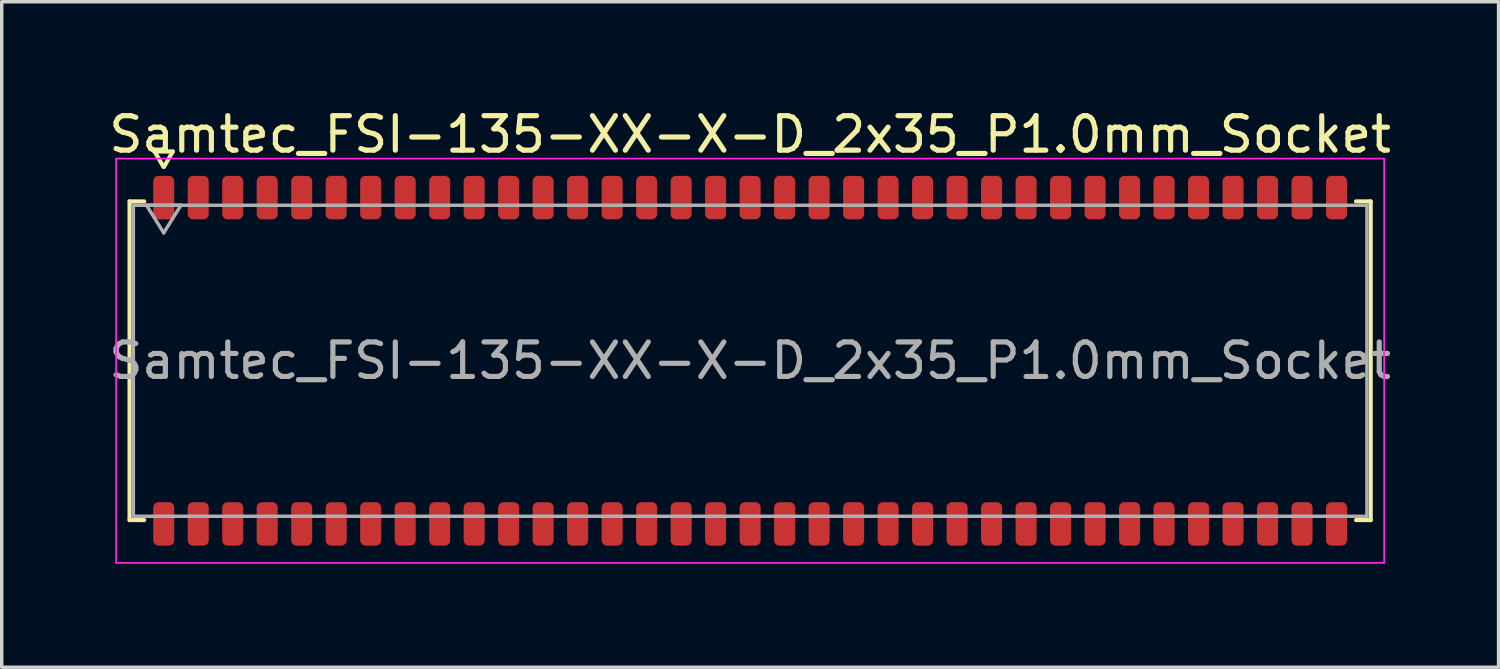
<source format=kicad_pcb>
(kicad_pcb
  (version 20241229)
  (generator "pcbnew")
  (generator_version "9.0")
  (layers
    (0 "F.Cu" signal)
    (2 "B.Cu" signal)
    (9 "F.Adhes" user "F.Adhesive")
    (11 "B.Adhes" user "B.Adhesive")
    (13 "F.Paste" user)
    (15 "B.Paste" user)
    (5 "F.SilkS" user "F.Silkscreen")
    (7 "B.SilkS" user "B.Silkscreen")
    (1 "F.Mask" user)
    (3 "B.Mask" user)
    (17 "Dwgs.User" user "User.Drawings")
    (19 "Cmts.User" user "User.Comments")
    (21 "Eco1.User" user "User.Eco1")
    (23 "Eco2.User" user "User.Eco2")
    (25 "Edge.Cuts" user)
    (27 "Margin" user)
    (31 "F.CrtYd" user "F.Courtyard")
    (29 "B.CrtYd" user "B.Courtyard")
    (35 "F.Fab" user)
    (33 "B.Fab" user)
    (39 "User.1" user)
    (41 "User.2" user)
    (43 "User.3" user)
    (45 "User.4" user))
  (footprint "Samtec_FSI-135-XX-X-D_2x35_P1.0mm_Socket"
    (layer "F.Cu")
    (at 18.696 7.408)
    (property "Reference" "Samtec_FSI-135-XX-X-D_2x35_P1.0mm_Socket" (at 0 -6.56 0) (layer "F.SilkS") (effects (font (size 1 1) (thickness 0.15))))
    (attr smd)
    (fp_line (start -17.99 -4.619) (end -17.565 -4.619) (stroke (width 0.12) (type solid)) (layer "F.SilkS"))
    (fp_line (start -17.99 4.619) (end -17.99 -4.619) (stroke (width 0.12) (type solid)) (layer "F.SilkS"))
    (fp_line (start -17.565 4.619) (end -17.99 4.619) (stroke (width 0.12) (type solid)) (layer "F.SilkS"))
    (fp_line (start -17.264 -6.066) (end -17.007 -5.62) (stroke (width 0.12) (type solid)) (layer "F.SilkS"))
    (fp_line (start -16.993 -5.62) (end -16.736 -6.066) (stroke (width 0.12) (type solid)) (layer "F.SilkS"))
    (fp_line (start -16.736 -6.066) (end -17.264 -6.066) (stroke (width 0.12) (type solid)) (layer "F.SilkS"))
    (fp_line (start 17.565 -4.619) (end 17.99 -4.619) (stroke (width 0.12) (type solid)) (layer "F.SilkS"))
    (fp_line (start 17.99 -4.619) (end 17.99 4.619) (stroke (width 0.12) (type solid)) (layer "F.SilkS"))
    (fp_line (start 17.99 4.619) (end 17.565 4.619) (stroke (width 0.12) (type solid)) (layer "F.SilkS"))
    (fp_line (start -18.38 -5.86) (end -18.38 5.86) (stroke (width 0.05) (type solid)) (layer "F.CrtYd"))
    (fp_line (start -18.38 5.86) (end 18.38 5.86) (stroke (width 0.05) (type solid)) (layer "F.CrtYd"))
    (fp_line (start 18.38 -5.86) (end -18.38 -5.86) (stroke (width 0.05) (type solid)) (layer "F.CrtYd"))
    (fp_line (start 18.38 5.86) (end 18.38 -5.86) (stroke (width 0.05) (type solid)) (layer "F.CrtYd"))
    (fp_line (start -17.88 -4.508) (end 17.88 -4.508) (stroke (width 0.1) (type solid)) (layer "F.Fab"))
    (fp_line (start -17.88 4.508) (end -17.88 -4.508) (stroke (width 0.1) (type solid)) (layer "F.Fab"))
    (fp_line (start -17.5 -4.508) (end -17 -3.708) (stroke (width 0.1) (type solid)) (layer "F.Fab"))
    (fp_line (start -17 -3.708) (end -16.5 -4.508) (stroke (width 0.1) (type solid)) (layer "F.Fab"))
    (fp_line (start -16.5 -4.508) (end -17.5 -4.508) (stroke (width 0.1) (type solid)) (layer "F.Fab"))
    (fp_line (start 17.88 -4.508) (end 17.88 4.508) (stroke (width 0.1) (type solid)) (layer "F.Fab"))
    (fp_line (start 17.88 4.508) (end -17.88 4.508) (stroke (width 0.1) (type solid)) (layer "F.Fab"))
    (fp_text user "${REFERENCE}" (at 0 0 0) (layer "F.Fab") (effects (font (size 1 1) (thickness 0.15))))
    (pad "1" smd roundrect (at -17 -4.73) (size 0.61 1.26) (layers "F.Cu" "F.Mask" "F.Paste") (roundrect_rratio 0.25))
    (pad "2" smd roundrect (at -17 4.73) (size 0.61 1.26) (layers "F.Cu" "F.Mask" "F.Paste") (roundrect_rratio 0.25))
    (pad "3" smd roundrect (at -16 -4.73) (size 0.61 1.26) (layers "F.Cu" "F.Mask" "F.Paste") (roundrect_rratio 0.25))
    (pad "4" smd roundrect (at -16 4.73) (size 0.61 1.26) (layers "F.Cu" "F.Mask" "F.Paste") (roundrect_rratio 0.25))
    (pad "5" smd roundrect (at -15 -4.73) (size 0.61 1.26) (layers "F.Cu" "F.Mask" "F.Paste") (roundrect_rratio 0.25))
    (pad "6" smd roundrect (at -15 4.73) (size 0.61 1.26) (layers "F.Cu" "F.Mask" "F.Paste") (roundrect_rratio 0.25))
    (pad "7" smd roundrect (at -14 -4.73) (size 0.61 1.26) (layers "F.Cu" "F.Mask" "F.Paste") (roundrect_rratio 0.25))
    (pad "8" smd roundrect (at -14 4.73) (size 0.61 1.26) (layers "F.Cu" "F.Mask" "F.Paste") (roundrect_rratio 0.25))
    (pad "9" smd roundrect (at -13 -4.73) (size 0.61 1.26) (layers "F.Cu" "F.Mask" "F.Paste") (roundrect_rratio 0.25))
    (pad "10" smd roundrect (at -13 4.73) (size 0.61 1.26) (layers "F.Cu" "F.Mask" "F.Paste") (roundrect_rratio 0.25))
    (pad "11" smd roundrect (at -12 -4.73) (size 0.61 1.26) (layers "F.Cu" "F.Mask" "F.Paste") (roundrect_rratio 0.25))
    (pad "12" smd roundrect (at -12 4.73) (size 0.61 1.26) (layers "F.Cu" "F.Mask" "F.Paste") (roundrect_rratio 0.25))
    (pad "13" smd roundrect (at -11 -4.73) (size 0.61 1.26) (layers "F.Cu" "F.Mask" "F.Paste") (roundrect_rratio 0.25))
    (pad "14" smd roundrect (at -11 4.73) (size 0.61 1.26) (layers "F.Cu" "F.Mask" "F.Paste") (roundrect_rratio 0.25))
    (pad "15" smd roundrect (at -10 -4.73) (size 0.61 1.26) (layers "F.Cu" "F.Mask" "F.Paste") (roundrect_rratio 0.25))
    (pad "16" smd roundrect (at -10 4.73) (size 0.61 1.26) (layers "F.Cu" "F.Mask" "F.Paste") (roundrect_rratio 0.25))
    (pad "17" smd roundrect (at -9 -4.73) (size 0.61 1.26) (layers "F.Cu" "F.Mask" "F.Paste") (roundrect_rratio 0.25))
    (pad "18" smd roundrect (at -9 4.73) (size 0.61 1.26) (layers "F.Cu" "F.Mask" "F.Paste") (roundrect_rratio 0.25))
    (pad "19" smd roundrect (at -8 -4.73) (size 0.61 1.26) (layers "F.Cu" "F.Mask" "F.Paste") (roundrect_rratio 0.25))
    (pad "20" smd roundrect (at -8 4.73) (size 0.61 1.26) (layers "F.Cu" "F.Mask" "F.Paste") (roundrect_rratio 0.25))
    (pad "21" smd roundrect (at -7 -4.73) (size 0.61 1.26) (layers "F.Cu" "F.Mask" "F.Paste") (roundrect_rratio 0.25))
    (pad "22" smd roundrect (at -7 4.73) (size 0.61 1.26) (layers "F.Cu" "F.Mask" "F.Paste") (roundrect_rratio 0.25))
    (pad "23" smd roundrect (at -6 -4.73) (size 0.61 1.26) (layers "F.Cu" "F.Mask" "F.Paste") (roundrect_rratio 0.25))
    (pad "24" smd roundrect (at -6 4.73) (size 0.61 1.26) (layers "F.Cu" "F.Mask" "F.Paste") (roundrect_rratio 0.25))
    (pad "25" smd roundrect (at -5 -4.73) (size 0.61 1.26) (layers "F.Cu" "F.Mask" "F.Paste") (roundrect_rratio 0.25))
    (pad "26" smd roundrect (at -5 4.73) (size 0.61 1.26) (layers "F.Cu" "F.Mask" "F.Paste") (roundrect_rratio 0.25))
    (pad "27" smd roundrect (at -4 -4.73) (size 0.61 1.26) (layers "F.Cu" "F.Mask" "F.Paste") (roundrect_rratio 0.25))
    (pad "28" smd roundrect (at -4 4.73) (size 0.61 1.26) (layers "F.Cu" "F.Mask" "F.Paste") (roundrect_rratio 0.25))
    (pad "29" smd roundrect (at -3 -4.73) (size 0.61 1.26) (layers "F.Cu" "F.Mask" "F.Paste") (roundrect_rratio 0.25))
    (pad "30" smd roundrect (at -3 4.73) (size 0.61 1.26) (layers "F.Cu" "F.Mask" "F.Paste") (roundrect_rratio 0.25))
    (pad "31" smd roundrect (at -2 -4.73) (size 0.61 1.26) (layers "F.Cu" "F.Mask" "F.Paste") (roundrect_rratio 0.25))
    (pad "32" smd roundrect (at -2 4.73) (size 0.61 1.26) (layers "F.Cu" "F.Mask" "F.Paste") (roundrect_rratio 0.25))
    (pad "33" smd roundrect (at -1 -4.73) (size 0.61 1.26) (layers "F.Cu" "F.Mask" "F.Paste") (roundrect_rratio 0.25))
    (pad "34" smd roundrect (at -1 4.73) (size 0.61 1.26) (layers "F.Cu" "F.Mask" "F.Paste") (roundrect_rratio 0.25))
    (pad "35" smd roundrect (at 0 -4.73) (size 0.61 1.26) (layers "F.Cu" "F.Mask" "F.Paste") (roundrect_rratio 0.25))
    (pad "36" smd roundrect (at 0 4.73) (size 0.61 1.26) (layers "F.Cu" "F.Mask" "F.Paste") (roundrect_rratio 0.25))
    (pad "37" smd roundrect (at 1 -4.73) (size 0.61 1.26) (layers "F.Cu" "F.Mask" "F.Paste") (roundrect_rratio 0.25))
    (pad "38" smd roundrect (at 1 4.73) (size 0.61 1.26) (layers "F.Cu" "F.Mask" "F.Paste") (roundrect_rratio 0.25))
    (pad "39" smd roundrect (at 2 -4.73) (size 0.61 1.26) (layers "F.Cu" "F.Mask" "F.Paste") (roundrect_rratio 0.25))
    (pad "40" smd roundrect (at 2 4.73) (size 0.61 1.26) (layers "F.Cu" "F.Mask" "F.Paste") (roundrect_rratio 0.25))
    (pad "41" smd roundrect (at 3 -4.73) (size 0.61 1.26) (layers "F.Cu" "F.Mask" "F.Paste") (roundrect_rratio 0.25))
    (pad "42" smd roundrect (at 3 4.73) (size 0.61 1.26) (layers "F.Cu" "F.Mask" "F.Paste") (roundrect_rratio 0.25))
    (pad "43" smd roundrect (at 4 -4.73) (size 0.61 1.26) (layers "F.Cu" "F.Mask" "F.Paste") (roundrect_rratio 0.25))
    (pad "44" smd roundrect (at 4 4.73) (size 0.61 1.26) (layers "F.Cu" "F.Mask" "F.Paste") (roundrect_rratio 0.25))
    (pad "45" smd roundrect (at 5 -4.73) (size 0.61 1.26) (layers "F.Cu" "F.Mask" "F.Paste") (roundrect_rratio 0.25))
    (pad "46" smd roundrect (at 5 4.73) (size 0.61 1.26) (layers "F.Cu" "F.Mask" "F.Paste") (roundrect_rratio 0.25))
    (pad "47" smd roundrect (at 6 -4.73) (size 0.61 1.26) (layers "F.Cu" "F.Mask" "F.Paste") (roundrect_rratio 0.25))
    (pad "48" smd roundrect (at 6 4.73) (size 0.61 1.26) (layers "F.Cu" "F.Mask" "F.Paste") (roundrect_rratio 0.25))
    (pad "49" smd roundrect (at 7 -4.73) (size 0.61 1.26) (layers "F.Cu" "F.Mask" "F.Paste") (roundrect_rratio 0.25))
    (pad "50" smd roundrect (at 7 4.73) (size 0.61 1.26) (layers "F.Cu" "F.Mask" "F.Paste") (roundrect_rratio 0.25))
    (pad "51" smd roundrect (at 8 -4.73) (size 0.61 1.26) (layers "F.Cu" "F.Mask" "F.Paste") (roundrect_rratio 0.25))
    (pad "52" smd roundrect (at 8 4.73) (size 0.61 1.26) (layers "F.Cu" "F.Mask" "F.Paste") (roundrect_rratio 0.25))
    (pad "53" smd roundrect (at 9 -4.73) (size 0.61 1.26) (layers "F.Cu" "F.Mask" "F.Paste") (roundrect_rratio 0.25))
    (pad "54" smd roundrect (at 9 4.73) (size 0.61 1.26) (layers "F.Cu" "F.Mask" "F.Paste") (roundrect_rratio 0.25))
    (pad "55" smd roundrect (at 10 -4.73) (size 0.61 1.26) (layers "F.Cu" "F.Mask" "F.Paste") (roundrect_rratio 0.25))
    (pad "56" smd roundrect (at 10 4.73) (size 0.61 1.26) (layers "F.Cu" "F.Mask" "F.Paste") (roundrect_rratio 0.25))
    (pad "57" smd roundrect (at 11 -4.73) (size 0.61 1.26) (layers "F.Cu" "F.Mask" "F.Paste") (roundrect_rratio 0.25))
    (pad "58" smd roundrect (at 11 4.73) (size 0.61 1.26) (layers "F.Cu" "F.Mask" "F.Paste") (roundrect_rratio 0.25))
    (pad "59" smd roundrect (at 12 -4.73) (size 0.61 1.26) (layers "F.Cu" "F.Mask" "F.Paste") (roundrect_rratio 0.25))
    (pad "60" smd roundrect (at 12 4.73) (size 0.61 1.26) (layers "F.Cu" "F.Mask" "F.Paste") (roundrect_rratio 0.25))
    (pad "61" smd roundrect (at 13 -4.73) (size 0.61 1.26) (layers "F.Cu" "F.Mask" "F.Paste") (roundrect_rratio 0.25))
    (pad "62" smd roundrect (at 13 4.73) (size 0.61 1.26) (layers "F.Cu" "F.Mask" "F.Paste") (roundrect_rratio 0.25))
    (pad "63" smd roundrect (at 14 -4.73) (size 0.61 1.26) (layers "F.Cu" "F.Mask" "F.Paste") (roundrect_rratio 0.25))
    (pad "64" smd roundrect (at 14 4.73) (size 0.61 1.26) (layers "F.Cu" "F.Mask" "F.Paste") (roundrect_rratio 0.25))
    (pad "65" smd roundrect (at 15 -4.73) (size 0.61 1.26) (layers "F.Cu" "F.Mask" "F.Paste") (roundrect_rratio 0.25))
    (pad "66" smd roundrect (at 15 4.73) (size 0.61 1.26) (layers "F.Cu" "F.Mask" "F.Paste") (roundrect_rratio 0.25))
    (pad "67" smd roundrect (at 16 -4.73) (size 0.61 1.26) (layers "F.Cu" "F.Mask" "F.Paste") (roundrect_rratio 0.25))
    (pad "68" smd roundrect (at 16 4.73) (size 0.61 1.26) (layers "F.Cu" "F.Mask" "F.Paste") (roundrect_rratio 0.25))
    (pad "69" smd roundrect (at 17 -4.73) (size 0.61 1.26) (layers "F.Cu" "F.Mask" "F.Paste") (roundrect_rratio 0.25))
    (pad "70" smd roundrect (at 17 4.73) (size 0.61 1.26) (layers "F.Cu" "F.Mask" "F.Paste") (roundrect_rratio 0.25)))
  (gr_rect
    (start -3 -3)
    (end 40.393 16.293)
    (stroke (width 0.1) (type default))
    (fill no)
    (layer "Edge.Cuts")))
</source>
